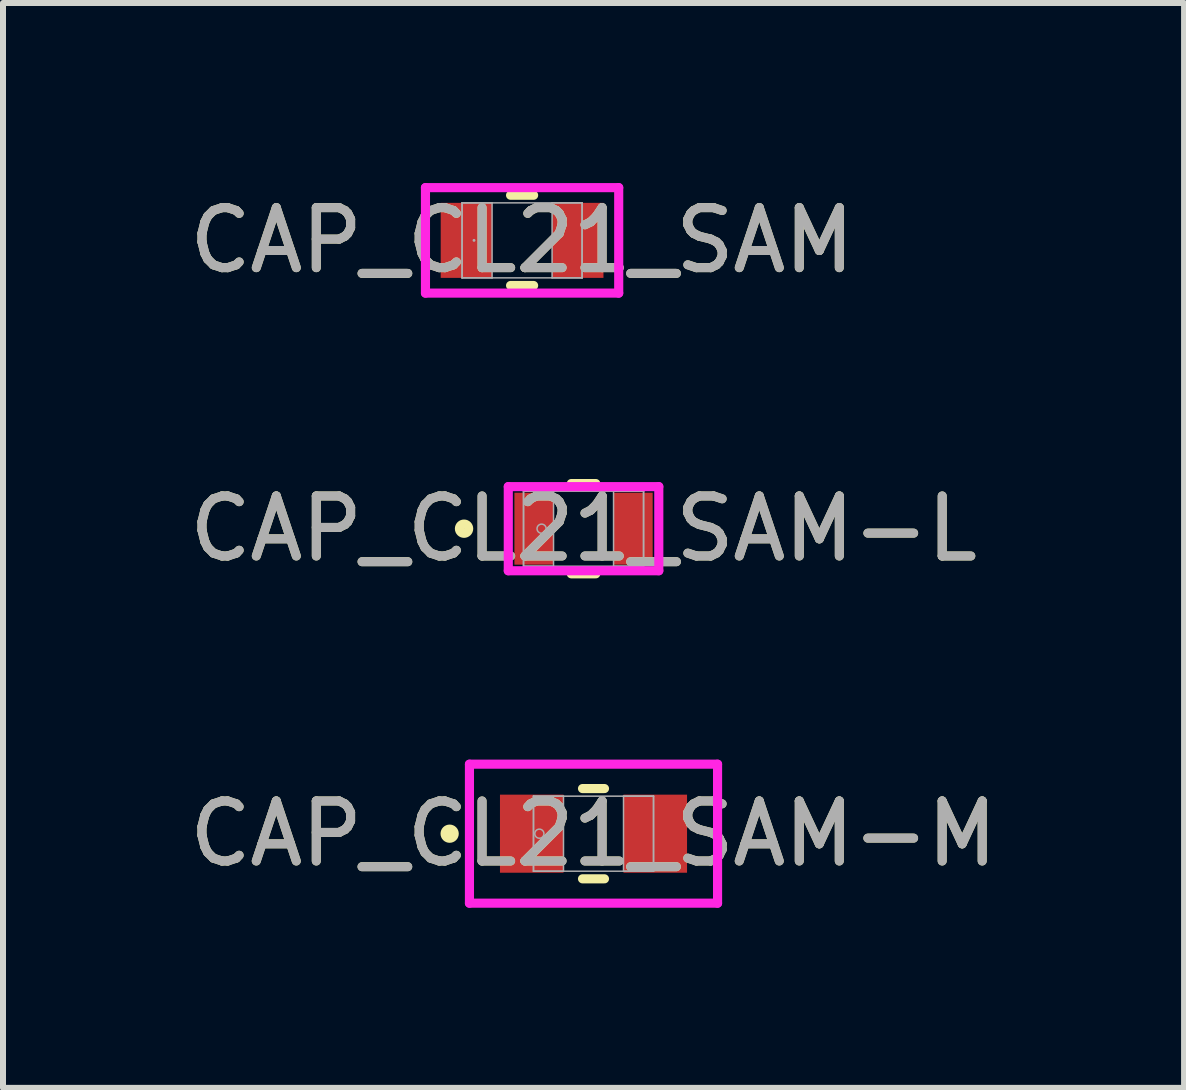
<source format=kicad_pcb>
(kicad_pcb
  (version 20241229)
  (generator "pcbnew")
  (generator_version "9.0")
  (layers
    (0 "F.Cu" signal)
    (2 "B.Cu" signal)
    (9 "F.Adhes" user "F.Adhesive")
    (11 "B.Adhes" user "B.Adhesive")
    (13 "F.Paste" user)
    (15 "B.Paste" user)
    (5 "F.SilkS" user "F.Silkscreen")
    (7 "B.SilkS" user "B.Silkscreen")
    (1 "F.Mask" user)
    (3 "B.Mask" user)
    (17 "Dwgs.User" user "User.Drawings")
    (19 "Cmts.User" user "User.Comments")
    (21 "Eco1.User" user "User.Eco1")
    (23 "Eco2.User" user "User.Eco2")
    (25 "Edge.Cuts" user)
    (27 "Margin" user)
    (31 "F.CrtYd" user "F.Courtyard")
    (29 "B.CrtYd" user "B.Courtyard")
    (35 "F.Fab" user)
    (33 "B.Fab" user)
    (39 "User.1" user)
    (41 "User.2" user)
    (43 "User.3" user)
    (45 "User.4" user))
  (footprint "CAP_CL21_SAM-M"
    (layer "F.Cu")
    (at 6.839 10.841)
    (property "Reference" "CAP_CL21_SAM-M" (at 0 0 0) (unlocked yes) (layer "F.SilkS") (effects (font (size 1 1) (thickness 0.15))))
    (attr smd)
    (fp_line (start -0.183 0.752) (end 0.183 0.752) (stroke (width 0.152) (type solid)) (layer "F.SilkS"))
    (fp_line (start 0.183 -0.752) (end -0.183 -0.752) (stroke (width 0.152) (type solid)) (layer "F.SilkS"))
    (fp_circle (center -2.397 0) (end -2.321 0) (stroke (width 0.152) (type solid)) (fill no) (layer "F.SilkS"))
    (fp_line (start -2.067 -1.158) (end 2.067 -1.158) (stroke (width 0.152) (type solid)) (layer "F.CrtYd"))
    (fp_line (start -2.067 1.158) (end -2.067 -1.158) (stroke (width 0.152) (type solid)) (layer "F.CrtYd"))
    (fp_line (start 2.067 -1.158) (end 2.067 1.158) (stroke (width 0.152) (type solid)) (layer "F.CrtYd"))
    (fp_line (start 2.067 1.158) (end -2.067 1.158) (stroke (width 0.152) (type solid)) (layer "F.CrtYd"))
    (fp_line (start -1 -0.625) (end -1 0.625) (stroke (width 0.025) (type solid)) (layer "F.Fab"))
    (fp_line (start -1 -0.625) (end -1 0.625) (stroke (width 0.025) (type solid)) (layer "F.Fab"))
    (fp_line (start -1 0.625) (end -0.5 0.625) (stroke (width 0.025) (type solid)) (layer "F.Fab"))
    (fp_line (start -1 0.625) (end 1 0.625) (stroke (width 0.025) (type solid)) (layer "F.Fab"))
    (fp_line (start -0.5 -0.625) (end -1 -0.625) (stroke (width 0.025) (type solid)) (layer "F.Fab"))
    (fp_line (start -0.5 0.625) (end -0.5 -0.625) (stroke (width 0.025) (type solid)) (layer "F.Fab"))
    (fp_line (start 0.5 -0.625) (end 0.5 0.625) (stroke (width 0.025) (type solid)) (layer "F.Fab"))
    (fp_line (start 0.5 0.625) (end 1 0.625) (stroke (width 0.025) (type solid)) (layer "F.Fab"))
    (fp_line (start 1 -0.625) (end -1 -0.625) (stroke (width 0.025) (type solid)) (layer "F.Fab"))
    (fp_line (start 1 -0.625) (end 0.5 -0.625) (stroke (width 0.025) (type solid)) (layer "F.Fab"))
    (fp_line (start 1 0.625) (end 1 -0.625) (stroke (width 0.025) (type solid)) (layer "F.Fab"))
    (fp_line (start 1 0.625) (end 1 -0.625) (stroke (width 0.025) (type solid)) (layer "F.Fab"))
    (fp_circle (center -0.902 0) (end -0.826 0) (stroke (width 0.025) (type solid)) (fill no) (layer "F.Fab"))
    (fp_text user "${REFERENCE}" (at 0 0 0) (unlocked yes) (layer "F.Fab") (effects (font (size 1 1) (thickness 0.15))))
    (pad "1" smd rect (at -1.029 0) (size 1.059 1.301) (layers "F.Cu" "F.Mask" "F.Paste"))
    (pad "2" smd rect (at 1.029 0) (size 1.059 1.301) (layers "F.Cu" "F.Mask" "F.Paste"))
    (zone (net_name "") (layer "F.Cu") (hatch full 0.508) (connect_pads) (min_thickness 0.254) (filled_areas_thickness no) (keepout (tracks not_allowed) (vias not_allowed) (pads allowed) (copperpour not_allowed) (footprints allowed)) (placement (enabled no)) (fill) (polygon (pts (xy 6.39 10.267) (xy 7.288 10.267) (xy 7.288 11.416) (xy 6.39 11.416)))))
  (footprint "CAP_CL21_SAM"
    (layer "F.Cu")
    (at 5.649 0.955)
    (property "Reference" "CAP_CL21_SAM" (at 0 0 0) (unlocked yes) (layer "F.SilkS") (effects (font (size 1 1) (thickness 0.15))))
    (attr smd)
    (fp_line (start -0.192 0.752) (end 0.192 0.752) (stroke (width 0.152) (type solid)) (layer "F.SilkS"))
    (fp_line (start 0.192 -0.752) (end -0.192 -0.752) (stroke (width 0.152) (type solid)) (layer "F.SilkS"))
    (fp_line (start -1.61 -0.879) (end 1.61 -0.879) (stroke (width 0.152) (type solid)) (layer "F.CrtYd"))
    (fp_line (start -1.61 0.879) (end -1.61 -0.879) (stroke (width 0.152) (type solid)) (layer "F.CrtYd"))
    (fp_line (start 1.61 -0.879) (end 1.61 0.879) (stroke (width 0.152) (type solid)) (layer "F.CrtYd"))
    (fp_line (start 1.61 0.879) (end -1.61 0.879) (stroke (width 0.152) (type solid)) (layer "F.CrtYd"))
    (fp_line (start -1 -0.625) (end -1 0.625) (stroke (width 0.025) (type solid)) (layer "F.Fab"))
    (fp_line (start -1 -0.625) (end -1 0.625) (stroke (width 0.025) (type solid)) (layer "F.Fab"))
    (fp_line (start -1 0.625) (end -0.5 0.625) (stroke (width 0.025) (type solid)) (layer "F.Fab"))
    (fp_line (start -1 0.625) (end 1 0.625) (stroke (width 0.025) (type solid)) (layer "F.Fab"))
    (fp_line (start -0.5 -0.625) (end -1 -0.625) (stroke (width 0.025) (type solid)) (layer "F.Fab"))
    (fp_line (start -0.5 0.625) (end -0.5 -0.625) (stroke (width 0.025) (type solid)) (layer "F.Fab"))
    (fp_line (start 0.5 -0.625) (end 0.5 0.625) (stroke (width 0.025) (type solid)) (layer "F.Fab"))
    (fp_line (start 0.5 0.625) (end 1 0.625) (stroke (width 0.025) (type solid)) (layer "F.Fab"))
    (fp_line (start 1 -0.625) (end -1 -0.625) (stroke (width 0.025) (type solid)) (layer "F.Fab"))
    (fp_line (start 1 -0.625) (end 0.5 -0.625) (stroke (width 0.025) (type solid)) (layer "F.Fab"))
    (fp_line (start 1 0.625) (end 1 -0.625) (stroke (width 0.025) (type solid)) (layer "F.Fab"))
    (fp_line (start 1 0.625) (end 1 -0.625) (stroke (width 0.025) (type solid)) (layer "F.Fab"))
    (fp_circle (center -0.801 0) (end -0.801 0) (stroke (width 0.025) (type solid)) (fill no) (layer "F.Fab"))
    (fp_text user "${REFERENCE}" (at 0 0 0) (unlocked yes) (layer "F.Fab") (effects (font (size 1 1) (thickness 0.15))))
    (pad "1" smd rect (at -0.928 0) (size 0.856 1.25) (layers "F.Cu" "F.Mask" "F.Paste"))
    (pad "2" smd rect (at 0.928 0) (size 0.856 1.25) (layers "F.Cu" "F.Mask" "F.Paste"))
    (zone (net_name "") (layer "F.Cu") (hatch full 0.508) (connect_pads) (min_thickness 0.254) (filled_areas_thickness no) (keepout (tracks not_allowed) (vias not_allowed) (pads allowed) (copperpour not_allowed) (footprints allowed)) (placement (enabled no)) (fill) (polygon (pts (xy 5.2 0.381) (xy 6.098 0.381) (xy 6.098 1.529) (xy 5.2 1.529)))))
  (footprint "CAP_CL21_SAM-L"
    (layer "F.Cu")
    (at 6.673 5.759)
    (property "Reference" "CAP_CL21_SAM-L" (at 0 0 0) (unlocked yes) (layer "F.SilkS") (effects (font (size 1 1) (thickness 0.15))))
    (attr smd)
    (fp_line (start -0.204 0.752) (end 0.204 0.752) (stroke (width 0.152) (type solid)) (layer "F.SilkS"))
    (fp_line (start 0.204 -0.752) (end -0.204 -0.752) (stroke (width 0.152) (type solid)) (layer "F.SilkS"))
    (fp_circle (center -1.991 0) (end -1.914 0) (stroke (width 0.152) (type solid)) (fill no) (layer "F.SilkS"))
    (fp_line (start -1.254 -0.701) (end 1.254 -0.701) (stroke (width 0.152) (type solid)) (layer "F.CrtYd"))
    (fp_line (start -1.254 0.701) (end -1.254 -0.701) (stroke (width 0.152) (type solid)) (layer "F.CrtYd"))
    (fp_line (start 1.254 -0.701) (end 1.254 0.701) (stroke (width 0.152) (type solid)) (layer "F.CrtYd"))
    (fp_line (start 1.254 0.701) (end -1.254 0.701) (stroke (width 0.152) (type solid)) (layer "F.CrtYd"))
    (fp_line (start -1 -0.625) (end -1 0.625) (stroke (width 0.025) (type solid)) (layer "F.Fab"))
    (fp_line (start -1 -0.625) (end -1 0.625) (stroke (width 0.025) (type solid)) (layer "F.Fab"))
    (fp_line (start -1 0.625) (end -0.5 0.625) (stroke (width 0.025) (type solid)) (layer "F.Fab"))
    (fp_line (start -1 0.625) (end 1 0.625) (stroke (width 0.025) (type solid)) (layer "F.Fab"))
    (fp_line (start -0.5 -0.625) (end -1 -0.625) (stroke (width 0.025) (type solid)) (layer "F.Fab"))
    (fp_line (start -0.5 0.625) (end -0.5 -0.625) (stroke (width 0.025) (type solid)) (layer "F.Fab"))
    (fp_line (start 0.5 -0.625) (end 0.5 0.625) (stroke (width 0.025) (type solid)) (layer "F.Fab"))
    (fp_line (start 0.5 0.625) (end 1 0.625) (stroke (width 0.025) (type solid)) (layer "F.Fab"))
    (fp_line (start 1 -0.625) (end -1 -0.625) (stroke (width 0.025) (type solid)) (layer "F.Fab"))
    (fp_line (start 1 -0.625) (end 0.5 -0.625) (stroke (width 0.025) (type solid)) (layer "F.Fab"))
    (fp_line (start 1 0.625) (end 1 -0.625) (stroke (width 0.025) (type solid)) (layer "F.Fab"))
    (fp_line (start 1 0.625) (end 1 -0.625) (stroke (width 0.025) (type solid)) (layer "F.Fab"))
    (fp_circle (center -0.699 0) (end -0.623 0) (stroke (width 0.025) (type solid)) (fill no) (layer "F.Fab"))
    (fp_text user "${REFERENCE}" (at 0 0 0) (unlocked yes) (layer "F.Fab") (effects (font (size 1 1) (thickness 0.15))))
    (pad "1" smd rect (at -0.826 0) (size 0.652 1.199) (layers "F.Cu" "F.Mask" "F.Paste"))
    (pad "2" smd rect (at 0.826 0) (size 0.652 1.199) (layers "F.Cu" "F.Mask" "F.Paste"))
    (zone (net_name "") (layer "F.Cu") (hatch full 0.508) (connect_pads) (min_thickness 0.254) (filled_areas_thickness no) (keepout (tracks not_allowed) (vias not_allowed) (pads allowed) (copperpour not_allowed) (footprints allowed)) (placement (enabled no)) (fill) (polygon (pts (xy 6.223 5.184) (xy 7.122 5.184) (xy 7.122 6.333) (xy 6.223 6.333)))))
  (gr_rect
    (start -3 -3)
    (end 16.679 15.076)
    (stroke (width 0.1) (type default))
    (fill no)
    (layer "Edge.Cuts")))
</source>
